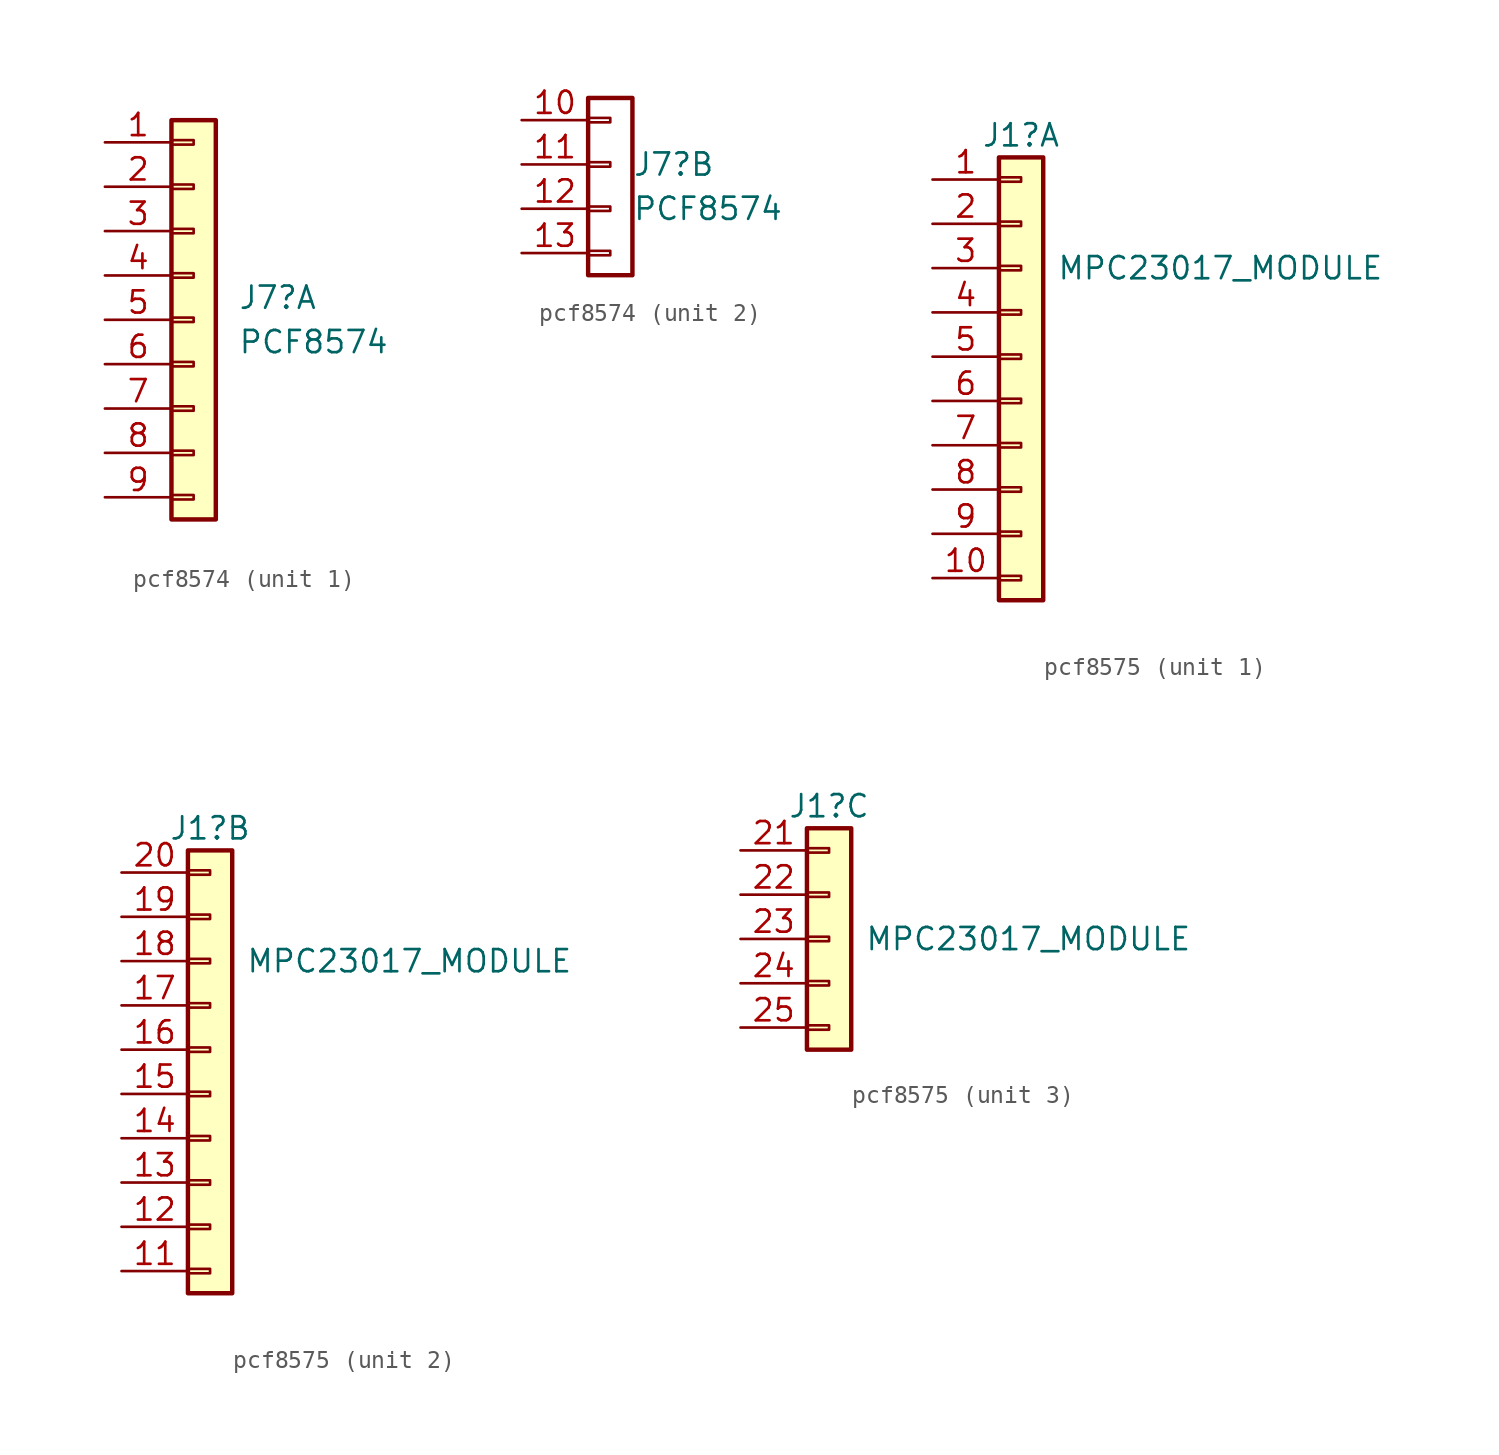
<source format=kicad_sym>
(kicad_symbol_lib
  (version 20220914)
  (generator kicad_symbol_editor)
  (symbol "pcf8574"
    (pin_names
      (offset 1.016) hide)
    (property "Reference" "J7"
      (at 2.54 1.27 0)
      (effects (font (size 1.27 1.27)) (justify left)))
    (property "Value" "PCF8574"
      (at 2.54 -1.27 0)
      (effects (font (size 1.27 1.27)) (justify left)))
    (property "ki_locked" ""
      (at 0 0 0)
      (effects (font (size 1.27 1.27))))
    (symbol "pcf8574_1_1"
      (rectangle (start -1.27 -10.033) (end 0 -10.287) (stroke (width 0.152) (type default)) (fill (type none)))
      (rectangle (start -1.27 -7.493) (end 0 -7.747) (stroke (width 0.152) (type default)) (fill (type none)))
      (rectangle (start -1.27 -4.953) (end 0 -5.207) (stroke (width 0.152) (type default)) (fill (type none)))
      (rectangle (start -1.27 -2.413) (end 0 -2.667) (stroke (width 0.152) (type default)) (fill (type none)))
      (rectangle (start -1.27 0.127) (end 0 -0.127) (stroke (width 0.152) (type default)) (fill (type none)))
      (rectangle (start -1.27 2.667) (end 0 2.413) (stroke (width 0.152) (type default)) (fill (type none)))
      (rectangle (start -1.27 5.207) (end 0 4.953) (stroke (width 0.152) (type default)) (fill (type none)))
      (rectangle (start -1.27 7.747) (end 0 7.493) (stroke (width 0.152) (type default)) (fill (type none)))
      (rectangle (start -1.27 10.287) (end 0 10.033) (stroke (width 0.152) (type default)) (fill (type none)))
      (rectangle (start -1.27 11.43) (end 1.27 -11.43) (stroke (width 0.254) (type default)) (fill (type background)))
      (pin passive line (at -5.08 10.16 0) (length 3.81) (name "Pin_1" (effects (font (size 1.27 1.27)))) (number "1" (effects (font (size 1.27 1.27)))))
      (pin passive line (at -5.08 7.62 0) (length 3.81) (name "Pin_2" (effects (font (size 1.27 1.27)))) (number "2" (effects (font (size 1.27 1.27)))))
      (pin passive line (at -5.08 5.08 0) (length 3.81) (name "Pin_3" (effects (font (size 1.27 1.27)))) (number "3" (effects (font (size 1.27 1.27)))))
      (pin passive line (at -5.08 2.54 0) (length 3.81) (name "Pin_4" (effects (font (size 1.27 1.27)))) (number "4" (effects (font (size 1.27 1.27)))))
      (pin passive line (at -5.08 0 0) (length 3.81) (name "Pin_5" (effects (font (size 1.27 1.27)))) (number "5" (effects (font (size 1.27 1.27)))))
      (pin passive line (at -5.08 -2.54 0) (length 3.81) (name "Pin_6" (effects (font (size 1.27 1.27)))) (number "6" (effects (font (size 1.27 1.27)))))
      (pin passive line (at -5.08 -5.08 0) (length 3.81) (name "Pin_7" (effects (font (size 1.27 1.27)))) (number "7" (effects (font (size 1.27 1.27)))))
      (pin passive line (at -5.08 -7.62 0) (length 3.81) (name "Pin_8" (effects (font (size 1.27 1.27)))) (number "8" (effects (font (size 1.27 1.27)))))
      (pin passive line (at -5.08 -10.16 0) (length 3.81) (name "Pin_9" (effects (font (size 1.27 1.27)))) (number "9" (effects (font (size 1.27 1.27))))))
    (symbol "pcf8574_2_1"
      (polyline (pts (xy 0 5.08) (xy 2.54 5.08) (xy 2.54 -5.08) (xy 0 -5.08) (xy 0 5.08)) (stroke (width 0.254) (type default)) (fill (type none)))
      (rectangle (start 1.27 -3.683) (end 0 -3.937) (stroke (width 0.152) (type default)) (fill (type none)))
      (rectangle (start 1.27 -1.143) (end 0 -1.397) (stroke (width 0.152) (type default)) (fill (type none)))
      (rectangle (start 1.27 1.397) (end 0 1.143) (stroke (width 0.152) (type default)) (fill (type none)))
      (rectangle (start 1.27 3.937) (end 0 3.683) (stroke (width 0.152) (type default)) (fill (type none)))
      (pin passive line (at -3.81 3.81 0) (length 3.81) (name "Pin_4" (effects (font (size 1.27 1.27)))) (number "10" (effects (font (size 1.27 1.27)))))
      (pin passive line (at -3.81 1.27 0) (length 3.81) (name "Pin_3" (effects (font (size 1.27 1.27)))) (number "11" (effects (font (size 1.27 1.27)))))
      (pin passive line (at -3.81 -1.27 0) (length 3.81) (name "Pin_2" (effects (font (size 1.27 1.27)))) (number "12" (effects (font (size 1.27 1.27)))))
      (pin passive line (at -3.81 -3.81 0) (length 3.81) (name "Pin_1" (effects (font (size 1.27 1.27)))) (number "13" (effects (font (size 1.27 1.27)))))))
  (symbol "pcf8575"
    (pin_names
      (offset 1.016) hide)
    (property "Reference" "J1"
      (at 0 12.7 0)
      (effects (font (size 1.27 1.27))))
    (property "Value" "MPC23017_MODULE"
      (at 11.43 5.08 0)
      (effects (font (size 1.27 1.27))))
    (property "ki_locked" ""
      (at 0 0 0)
      (effects (font (size 1.27 1.27))))
    (symbol "pcf8575_1_1"
      (rectangle (start -1.27 -12.573) (end 0 -12.827) (stroke (width 0.152) (type default)) (fill (type none)))
      (rectangle (start -1.27 -10.033) (end 0 -10.287) (stroke (width 0.152) (type default)) (fill (type none)))
      (rectangle (start -1.27 -7.493) (end 0 -7.747) (stroke (width 0.152) (type default)) (fill (type none)))
      (rectangle (start -1.27 -4.953) (end 0 -5.207) (stroke (width 0.152) (type default)) (fill (type none)))
      (rectangle (start -1.27 -2.413) (end 0 -2.667) (stroke (width 0.152) (type default)) (fill (type none)))
      (rectangle (start -1.27 0.127) (end 0 -0.127) (stroke (width 0.152) (type default)) (fill (type none)))
      (rectangle (start -1.27 2.667) (end 0 2.413) (stroke (width 0.152) (type default)) (fill (type none)))
      (rectangle (start -1.27 5.207) (end 0 4.953) (stroke (width 0.152) (type default)) (fill (type none)))
      (rectangle (start -1.27 7.747) (end 0 7.493) (stroke (width 0.152) (type default)) (fill (type none)))
      (rectangle (start -1.27 10.287) (end 0 10.033) (stroke (width 0.152) (type default)) (fill (type none)))
      (rectangle (start -1.27 11.43) (end 1.27 -13.97) (stroke (width 0.254) (type default)) (fill (type background)))
      (pin passive line (at -5.08 10.16 0) (length 3.81) (name "Pin_1" (effects (font (size 1.27 1.27)))) (number "1" (effects (font (size 1.27 1.27)))))
      (pin passive line (at -5.08 -12.7 0) (length 3.81) (name "Pin_10" (effects (font (size 1.27 1.27)))) (number "10" (effects (font (size 1.27 1.27)))))
      (pin passive line (at -5.08 7.62 0) (length 3.81) (name "Pin_2" (effects (font (size 1.27 1.27)))) (number "2" (effects (font (size 1.27 1.27)))))
      (pin passive line (at -5.08 5.08 0) (length 3.81) (name "Pin_3" (effects (font (size 1.27 1.27)))) (number "3" (effects (font (size 1.27 1.27)))))
      (pin passive line (at -5.08 2.54 0) (length 3.81) (name "Pin_4" (effects (font (size 1.27 1.27)))) (number "4" (effects (font (size 1.27 1.27)))))
      (pin passive line (at -5.08 0 0) (length 3.81) (name "Pin_5" (effects (font (size 1.27 1.27)))) (number "5" (effects (font (size 1.27 1.27)))))
      (pin passive line (at -5.08 -2.54 0) (length 3.81) (name "Pin_6" (effects (font (size 1.27 1.27)))) (number "6" (effects (font (size 1.27 1.27)))))
      (pin passive line (at -5.08 -5.08 0) (length 3.81) (name "Pin_7" (effects (font (size 1.27 1.27)))) (number "7" (effects (font (size 1.27 1.27)))))
      (pin passive line (at -5.08 -7.62 0) (length 3.81) (name "Pin_8" (effects (font (size 1.27 1.27)))) (number "8" (effects (font (size 1.27 1.27)))))
      (pin passive line (at -5.08 -10.16 0) (length 3.81) (name "Pin_9" (effects (font (size 1.27 1.27)))) (number "9" (effects (font (size 1.27 1.27))))))
    (symbol "pcf8575_2_1"
      (rectangle (start -1.27 -12.573) (end 0 -12.827) (stroke (width 0.152) (type default)) (fill (type none)))
      (rectangle (start -1.27 -10.033) (end 0 -10.287) (stroke (width 0.152) (type default)) (fill (type none)))
      (rectangle (start -1.27 -7.493) (end 0 -7.747) (stroke (width 0.152) (type default)) (fill (type none)))
      (rectangle (start -1.27 -4.953) (end 0 -5.207) (stroke (width 0.152) (type default)) (fill (type none)))
      (rectangle (start -1.27 -2.413) (end 0 -2.667) (stroke (width 0.152) (type default)) (fill (type none)))
      (rectangle (start -1.27 0.127) (end 0 -0.127) (stroke (width 0.152) (type default)) (fill (type none)))
      (rectangle (start -1.27 2.667) (end 0 2.413) (stroke (width 0.152) (type default)) (fill (type none)))
      (rectangle (start -1.27 5.207) (end 0 4.953) (stroke (width 0.152) (type default)) (fill (type none)))
      (rectangle (start -1.27 7.747) (end 0 7.493) (stroke (width 0.152) (type default)) (fill (type none)))
      (rectangle (start -1.27 10.287) (end 0 10.033) (stroke (width 0.152) (type default)) (fill (type none)))
      (rectangle (start -1.27 11.43) (end 1.27 -13.97) (stroke (width 0.254) (type default)) (fill (type background)))
      (pin passive line (at -5.08 -12.7 0) (length 3.81) (name "Pin_11" (effects (font (size 1.27 1.27)))) (number "11" (effects (font (size 1.27 1.27)))))
      (pin passive line (at -5.08 -10.16 0) (length 3.81) (name "Pin_12" (effects (font (size 1.27 1.27)))) (number "12" (effects (font (size 1.27 1.27)))))
      (pin passive line (at -5.08 -7.62 0) (length 3.81) (name "Pin_13" (effects (font (size 1.27 1.27)))) (number "13" (effects (font (size 1.27 1.27)))))
      (pin passive line (at -5.08 -5.08 0) (length 3.81) (name "Pin_14" (effects (font (size 1.27 1.27)))) (number "14" (effects (font (size 1.27 1.27)))))
      (pin passive line (at -5.08 -2.54 0) (length 3.81) (name "Pin_15" (effects (font (size 1.27 1.27)))) (number "15" (effects (font (size 1.27 1.27)))))
      (pin passive line (at -5.08 0 0) (length 3.81) (name "Pin_16" (effects (font (size 1.27 1.27)))) (number "16" (effects (font (size 1.27 1.27)))))
      (pin passive line (at -5.08 2.54 0) (length 3.81) (name "Pin_17" (effects (font (size 1.27 1.27)))) (number "17" (effects (font (size 1.27 1.27)))))
      (pin passive line (at -5.08 5.08 0) (length 3.81) (name "Pin_18" (effects (font (size 1.27 1.27)))) (number "18" (effects (font (size 1.27 1.27)))))
      (pin passive line (at -5.08 7.62 0) (length 3.81) (name "Pin_19" (effects (font (size 1.27 1.27)))) (number "19" (effects (font (size 1.27 1.27)))))
      (pin passive line (at -5.08 10.16 0) (length 3.81) (name "Pin_20" (effects (font (size 1.27 1.27)))) (number "20" (effects (font (size 1.27 1.27))))))
    (symbol "pcf8575_3_1"
      (rectangle (start -1.27 0.127) (end 0 -0.127) (stroke (width 0.152) (type default)) (fill (type none)))
      (rectangle (start -1.27 2.667) (end 0 2.413) (stroke (width 0.152) (type default)) (fill (type none)))
      (rectangle (start -1.27 5.207) (end 0 4.953) (stroke (width 0.152) (type default)) (fill (type none)))
      (rectangle (start -1.27 7.747) (end 0 7.493) (stroke (width 0.152) (type default)) (fill (type none)))
      (rectangle (start -1.27 10.287) (end 0 10.033) (stroke (width 0.152) (type default)) (fill (type none)))
      (rectangle (start -1.27 11.43) (end 1.27 -1.27) (stroke (width 0.254) (type default)) (fill (type background)))
      (pin passive line (at -5.08 10.16 0) (length 3.81) (name "Pin_21" (effects (font (size 1.27 1.27)))) (number "21" (effects (font (size 1.27 1.27)))))
      (pin passive line (at -5.08 7.62 0) (length 3.81) (name "Pin_22" (effects (font (size 1.27 1.27)))) (number "22" (effects (font (size 1.27 1.27)))))
      (pin passive line (at -5.08 5.08 0) (length 3.81) (name "Pin_23" (effects (font (size 1.27 1.27)))) (number "23" (effects (font (size 1.27 1.27)))))
      (pin passive line (at -5.08 2.54 0) (length 3.81) (name "Pin_24" (effects (font (size 1.27 1.27)))) (number "24" (effects (font (size 1.27 1.27)))))
      (pin passive line (at -5.08 0 0) (length 3.81) (name "Pin_25" (effects (font (size 1.27 1.27)))) (number "25" (effects (font (size 1.27 1.27))))))))
</source>
